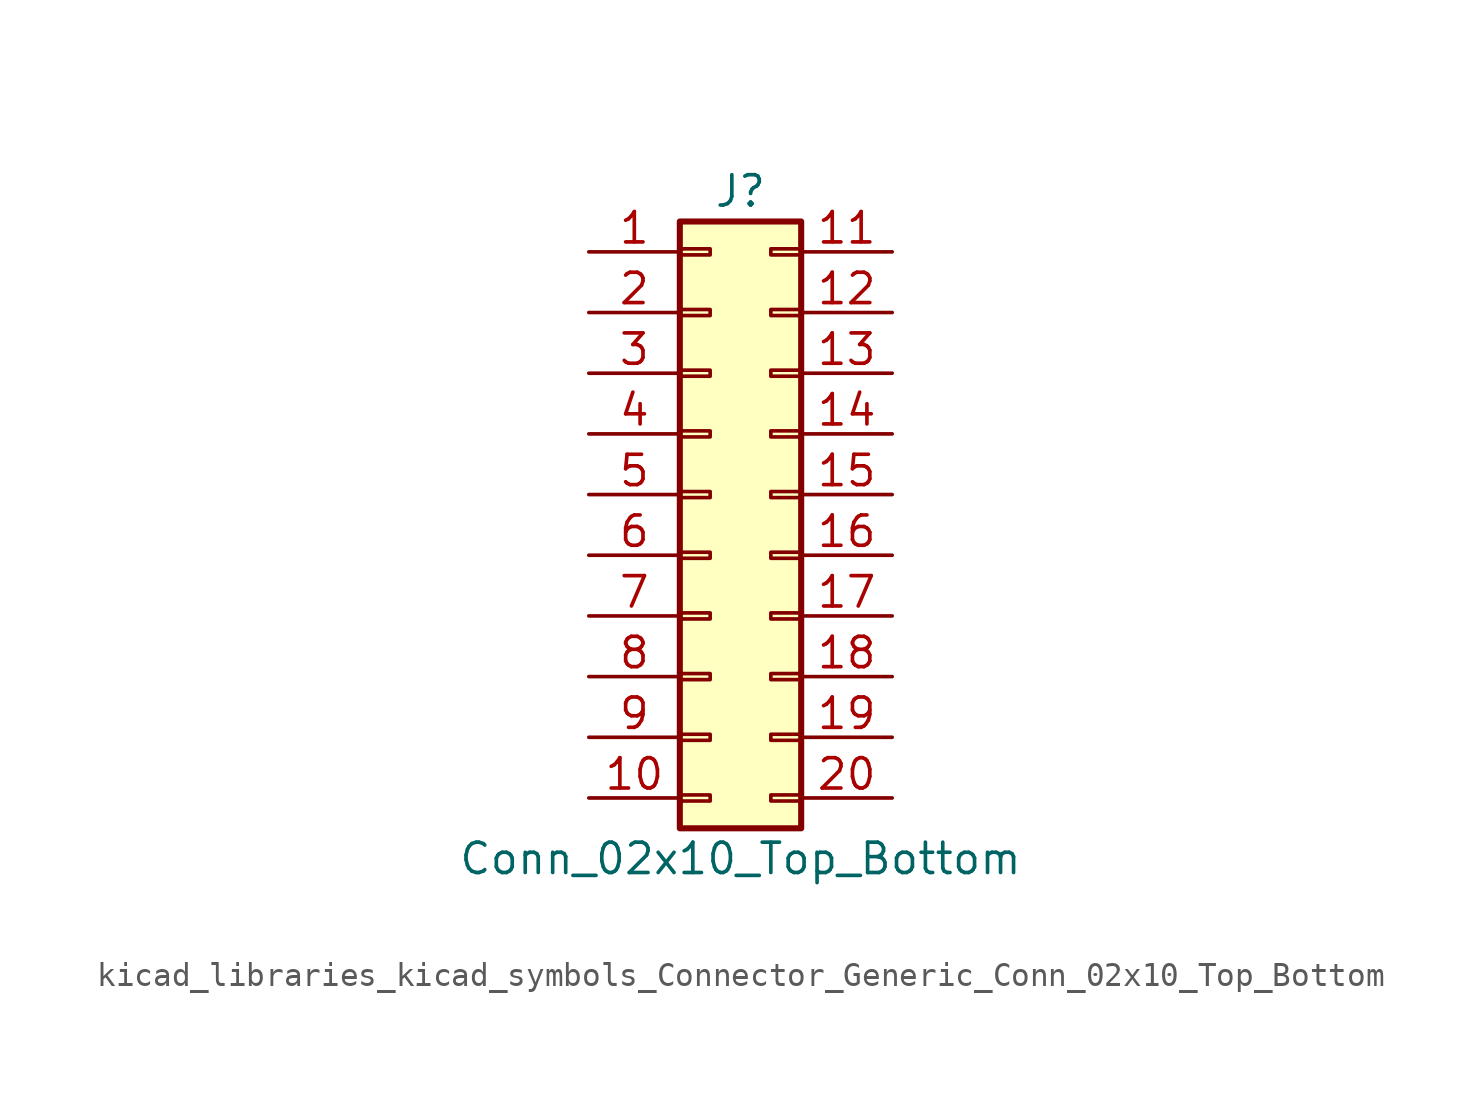
<source format=kicad_sym>
(kicad_symbol_lib
  (version 20220914)
  (generator kicad_symbol_editor)
  (symbol "kicad_libraries_kicad_symbols_Connector_Generic_Conn_02x10_Top_Bottom"
    (pin_names
      (offset 1.016) hide)
    (property "Reference" "J"
      (at 1.27 12.7 0)
      (effects (font (size 1.27 1.27))))
    (property "Value" "Conn_02x10_Top_Bottom"
      (at 1.27 -15.24 0)
      (effects (font (size 1.27 1.27))))
    (symbol "kicad_libraries_kicad_symbols_Connector_Generic_Conn_02x10_Top_Bottom_1_1"
      (rectangle (start -1.27 -12.573) (end 0 -12.827) (stroke (width 0.152) (type default)) (fill (type none)))
      (rectangle (start -1.27 -10.033) (end 0 -10.287) (stroke (width 0.152) (type default)) (fill (type none)))
      (rectangle (start -1.27 -7.493) (end 0 -7.747) (stroke (width 0.152) (type default)) (fill (type none)))
      (rectangle (start -1.27 -4.953) (end 0 -5.207) (stroke (width 0.152) (type default)) (fill (type none)))
      (rectangle (start -1.27 -2.413) (end 0 -2.667) (stroke (width 0.152) (type default)) (fill (type none)))
      (rectangle (start -1.27 0.127) (end 0 -0.127) (stroke (width 0.152) (type default)) (fill (type none)))
      (rectangle (start -1.27 2.667) (end 0 2.413) (stroke (width 0.152) (type default)) (fill (type none)))
      (rectangle (start -1.27 5.207) (end 0 4.953) (stroke (width 0.152) (type default)) (fill (type none)))
      (rectangle (start -1.27 7.747) (end 0 7.493) (stroke (width 0.152) (type default)) (fill (type none)))
      (rectangle (start -1.27 10.287) (end 0 10.033) (stroke (width 0.152) (type default)) (fill (type none)))
      (rectangle (start -1.27 11.43) (end 3.81 -13.97) (stroke (width 0.254) (type default)) (fill (type background)))
      (rectangle (start 3.81 -12.573) (end 2.54 -12.827) (stroke (width 0.152) (type default)) (fill (type none)))
      (rectangle (start 3.81 -10.033) (end 2.54 -10.287) (stroke (width 0.152) (type default)) (fill (type none)))
      (rectangle (start 3.81 -7.493) (end 2.54 -7.747) (stroke (width 0.152) (type default)) (fill (type none)))
      (rectangle (start 3.81 -4.953) (end 2.54 -5.207) (stroke (width 0.152) (type default)) (fill (type none)))
      (rectangle (start 3.81 -2.413) (end 2.54 -2.667) (stroke (width 0.152) (type default)) (fill (type none)))
      (rectangle (start 3.81 0.127) (end 2.54 -0.127) (stroke (width 0.152) (type default)) (fill (type none)))
      (rectangle (start 3.81 2.667) (end 2.54 2.413) (stroke (width 0.152) (type default)) (fill (type none)))
      (rectangle (start 3.81 5.207) (end 2.54 4.953) (stroke (width 0.152) (type default)) (fill (type none)))
      (rectangle (start 3.81 7.747) (end 2.54 7.493) (stroke (width 0.152) (type default)) (fill (type none)))
      (rectangle (start 3.81 10.287) (end 2.54 10.033) (stroke (width 0.152) (type default)) (fill (type none)))
      (pin passive line (at -5.08 10.16 0) (length 3.81) (name "Pin_1" (effects (font (size 1.27 1.27)))) (number "1" (effects (font (size 1.27 1.27)))))
      (pin passive line (at -5.08 -12.7 0) (length 3.81) (name "Pin_10" (effects (font (size 1.27 1.27)))) (number "10" (effects (font (size 1.27 1.27)))))
      (pin passive line (at 7.62 10.16 180) (length 3.81) (name "Pin_11" (effects (font (size 1.27 1.27)))) (number "11" (effects (font (size 1.27 1.27)))))
      (pin passive line (at 7.62 7.62 180) (length 3.81) (name "Pin_12" (effects (font (size 1.27 1.27)))) (number "12" (effects (font (size 1.27 1.27)))))
      (pin passive line (at 7.62 5.08 180) (length 3.81) (name "Pin_13" (effects (font (size 1.27 1.27)))) (number "13" (effects (font (size 1.27 1.27)))))
      (pin passive line (at 7.62 2.54 180) (length 3.81) (name "Pin_14" (effects (font (size 1.27 1.27)))) (number "14" (effects (font (size 1.27 1.27)))))
      (pin passive line (at 7.62 0 180) (length 3.81) (name "Pin_15" (effects (font (size 1.27 1.27)))) (number "15" (effects (font (size 1.27 1.27)))))
      (pin passive line (at 7.62 -2.54 180) (length 3.81) (name "Pin_16" (effects (font (size 1.27 1.27)))) (number "16" (effects (font (size 1.27 1.27)))))
      (pin passive line (at 7.62 -5.08 180) (length 3.81) (name "Pin_17" (effects (font (size 1.27 1.27)))) (number "17" (effects (font (size 1.27 1.27)))))
      (pin passive line (at 7.62 -7.62 180) (length 3.81) (name "Pin_18" (effects (font (size 1.27 1.27)))) (number "18" (effects (font (size 1.27 1.27)))))
      (pin passive line (at 7.62 -10.16 180) (length 3.81) (name "Pin_19" (effects (font (size 1.27 1.27)))) (number "19" (effects (font (size 1.27 1.27)))))
      (pin passive line (at -5.08 7.62 0) (length 3.81) (name "Pin_2" (effects (font (size 1.27 1.27)))) (number "2" (effects (font (size 1.27 1.27)))))
      (pin passive line (at 7.62 -12.7 180) (length 3.81) (name "Pin_20" (effects (font (size 1.27 1.27)))) (number "20" (effects (font (size 1.27 1.27)))))
      (pin passive line (at -5.08 5.08 0) (length 3.81) (name "Pin_3" (effects (font (size 1.27 1.27)))) (number "3" (effects (font (size 1.27 1.27)))))
      (pin passive line (at -5.08 2.54 0) (length 3.81) (name "Pin_4" (effects (font (size 1.27 1.27)))) (number "4" (effects (font (size 1.27 1.27)))))
      (pin passive line (at -5.08 0 0) (length 3.81) (name "Pin_5" (effects (font (size 1.27 1.27)))) (number "5" (effects (font (size 1.27 1.27)))))
      (pin passive line (at -5.08 -2.54 0) (length 3.81) (name "Pin_6" (effects (font (size 1.27 1.27)))) (number "6" (effects (font (size 1.27 1.27)))))
      (pin passive line (at -5.08 -5.08 0) (length 3.81) (name "Pin_7" (effects (font (size 1.27 1.27)))) (number "7" (effects (font (size 1.27 1.27)))))
      (pin passive line (at -5.08 -7.62 0) (length 3.81) (name "Pin_8" (effects (font (size 1.27 1.27)))) (number "8" (effects (font (size 1.27 1.27)))))
      (pin passive line (at -5.08 -10.16 0) (length 3.81) (name "Pin_9" (effects (font (size 1.27 1.27)))) (number "9" (effects (font (size 1.27 1.27))))))))
</source>
